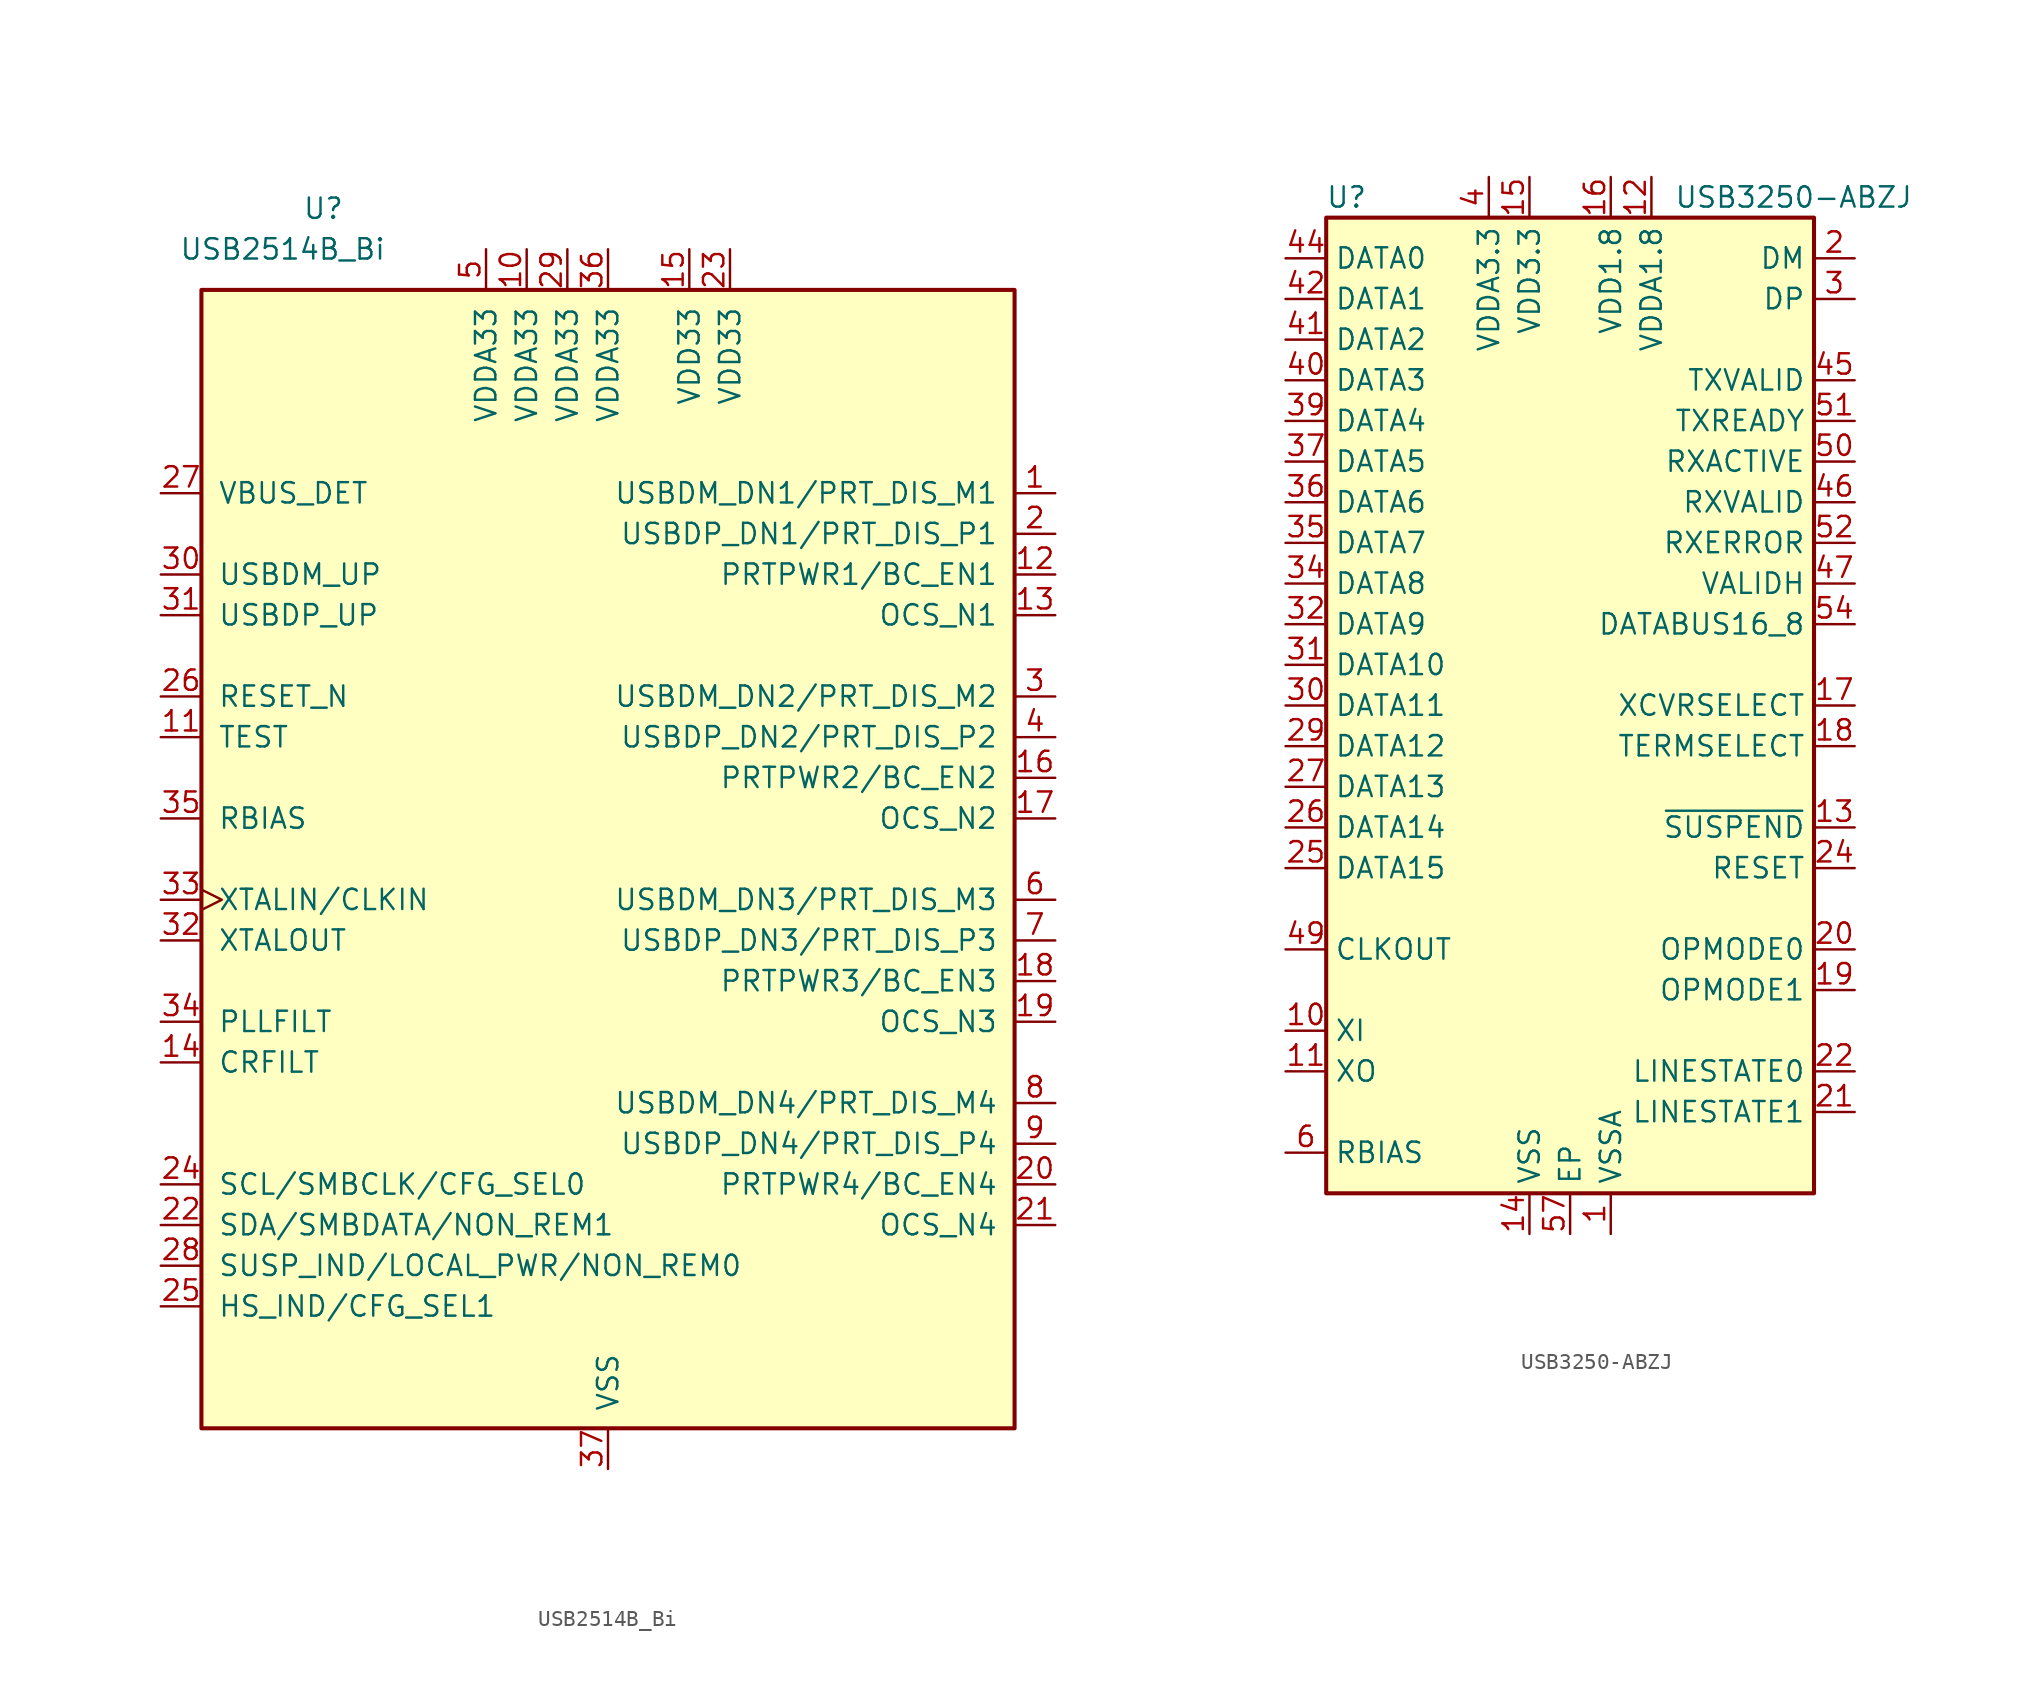
<source format=kicad_sym>
(kicad_symbol_lib
  (version 20220914)
  (generator kicad_symbol_editor)
  (symbol "USB2514B_Bi"
    (pin_names
      (offset 1.016))
    (property "Reference" "U"
      (at -17.78 40.64 0)
      (effects (font (size 1.27 1.27))))
    (property "Value" "USB2514B_Bi"
      (at -20.32 38.1 0)
      (effects (font (size 1.27 1.27))))
    (symbol "USB2514B_Bi_0_1"
      (rectangle (start -25.4 35.56) (end 25.4 -35.56) (stroke (width 0.254) (type default)) (fill (type background))))
    (symbol "USB2514B_Bi_1_1"
      (pin bidirectional line (at 27.94 22.86 180) (length 2.54) (name "USBDM_DN1/PRT_DIS_M1" (effects (font (size 1.27 1.27)))) (number "1" (effects (font (size 1.27 1.27)))))
      (pin power_in line (at -5.08 38.1 270) (length 2.54) (name "VDDA33" (effects (font (size 1.27 1.27)))) (number "10" (effects (font (size 1.27 1.27)))))
      (pin input line (at -27.94 7.62 0) (length 2.54) (name "TEST" (effects (font (size 1.27 1.27)))) (number "11" (effects (font (size 1.27 1.27)))))
      (pin bidirectional line (at 27.94 17.78 180) (length 2.54) (name "PRTPWR1/BC_EN1" (effects (font (size 1.27 1.27)))) (number "12" (effects (font (size 1.27 1.27)))))
      (pin input line (at 27.94 15.24 180) (length 2.54) (name "OCS_N1" (effects (font (size 1.27 1.27)))) (number "13" (effects (font (size 1.27 1.27)))))
      (pin input line (at -27.94 -12.7 0) (length 2.54) (name "CRFILT" (effects (font (size 1.27 1.27)))) (number "14" (effects (font (size 1.27 1.27)))))
      (pin power_in line (at 5.08 38.1 270) (length 2.54) (name "VDD33" (effects (font (size 1.27 1.27)))) (number "15" (effects (font (size 1.27 1.27)))))
      (pin bidirectional line (at 27.94 5.08 180) (length 2.54) (name "PRTPWR2/BC_EN2" (effects (font (size 1.27 1.27)))) (number "16" (effects (font (size 1.27 1.27)))))
      (pin input line (at 27.94 2.54 180) (length 2.54) (name "OCS_N2" (effects (font (size 1.27 1.27)))) (number "17" (effects (font (size 1.27 1.27)))))
      (pin bidirectional line (at 27.94 -7.62 180) (length 2.54) (name "PRTPWR3/BC_EN3" (effects (font (size 1.27 1.27)))) (number "18" (effects (font (size 1.27 1.27)))))
      (pin input line (at 27.94 -10.16 180) (length 2.54) (name "OCS_N3" (effects (font (size 1.27 1.27)))) (number "19" (effects (font (size 1.27 1.27)))))
      (pin bidirectional line (at 27.94 20.32 180) (length 2.54) (name "USBDP_DN1/PRT_DIS_P1" (effects (font (size 1.27 1.27)))) (number "2" (effects (font (size 1.27 1.27)))))
      (pin bidirectional line (at 27.94 -20.32 180) (length 2.54) (name "PRTPWR4/BC_EN4" (effects (font (size 1.27 1.27)))) (number "20" (effects (font (size 1.27 1.27)))))
      (pin input line (at 27.94 -22.86 180) (length 2.54) (name "OCS_N4" (effects (font (size 1.27 1.27)))) (number "21" (effects (font (size 1.27 1.27)))))
      (pin bidirectional line (at -27.94 -22.86 0) (length 2.54) (name "SDA/SMBDATA/NON_REM1" (effects (font (size 1.27 1.27)))) (number "22" (effects (font (size 1.27 1.27)))))
      (pin power_in line (at 7.62 38.1 270) (length 2.54) (name "VDD33" (effects (font (size 1.27 1.27)))) (number "23" (effects (font (size 1.27 1.27)))))
      (pin bidirectional line (at -27.94 -20.32 0) (length 2.54) (name "SCL/SMBCLK/CFG_SEL0" (effects (font (size 1.27 1.27)))) (number "24" (effects (font (size 1.27 1.27)))))
      (pin bidirectional line (at -27.94 -27.94 0) (length 2.54) (name "HS_IND/CFG_SEL1" (effects (font (size 1.27 1.27)))) (number "25" (effects (font (size 1.27 1.27)))))
      (pin input line (at -27.94 10.16 0) (length 2.54) (name "RESET_N" (effects (font (size 1.27 1.27)))) (number "26" (effects (font (size 1.27 1.27)))))
      (pin input line (at -27.94 22.86 0) (length 2.54) (name "VBUS_DET" (effects (font (size 1.27 1.27)))) (number "27" (effects (font (size 1.27 1.27)))))
      (pin bidirectional line (at -27.94 -25.4 0) (length 2.54) (name "SUSP_IND/LOCAL_PWR/NON_REM0" (effects (font (size 1.27 1.27)))) (number "28" (effects (font (size 1.27 1.27)))))
      (pin power_in line (at -2.54 38.1 270) (length 2.54) (name "VDDA33" (effects (font (size 1.27 1.27)))) (number "29" (effects (font (size 1.27 1.27)))))
      (pin bidirectional line (at 27.94 10.16 180) (length 2.54) (name "USBDM_DN2/PRT_DIS_M2" (effects (font (size 1.27 1.27)))) (number "3" (effects (font (size 1.27 1.27)))))
      (pin bidirectional line (at -27.94 17.78 0) (length 2.54) (name "USBDM_UP" (effects (font (size 1.27 1.27)))) (number "30" (effects (font (size 1.27 1.27)))))
      (pin bidirectional line (at -27.94 15.24 0) (length 2.54) (name "USBDP_UP" (effects (font (size 1.27 1.27)))) (number "31" (effects (font (size 1.27 1.27)))))
      (pin output line (at -27.94 -5.08 0) (length 2.54) (name "XTALOUT" (effects (font (size 1.27 1.27)))) (number "32" (effects (font (size 1.27 1.27)))))
      (pin input clock (at -27.94 -2.54 0) (length 2.54) (name "XTALIN/CLKIN" (effects (font (size 1.27 1.27)))) (number "33" (effects (font (size 1.27 1.27)))))
      (pin input line (at -27.94 -10.16 0) (length 2.54) (name "PLLFILT" (effects (font (size 1.27 1.27)))) (number "34" (effects (font (size 1.27 1.27)))))
      (pin input line (at -27.94 2.54 0) (length 2.54) (name "RBIAS" (effects (font (size 1.27 1.27)))) (number "35" (effects (font (size 1.27 1.27)))))
      (pin power_in line (at 0 38.1 270) (length 2.54) (name "VDDA33" (effects (font (size 1.27 1.27)))) (number "36" (effects (font (size 1.27 1.27)))))
      (pin power_in line (at 0 -38.1 90) (length 2.54) (name "VSS" (effects (font (size 1.27 1.27)))) (number "37" (effects (font (size 1.27 1.27)))))
      (pin bidirectional line (at 27.94 7.62 180) (length 2.54) (name "USBDP_DN2/PRT_DIS_P2" (effects (font (size 1.27 1.27)))) (number "4" (effects (font (size 1.27 1.27)))))
      (pin power_in line (at -7.62 38.1 270) (length 2.54) (name "VDDA33" (effects (font (size 1.27 1.27)))) (number "5" (effects (font (size 1.27 1.27)))))
      (pin bidirectional line (at 27.94 -2.54 180) (length 2.54) (name "USBDM_DN3/PRT_DIS_M3" (effects (font (size 1.27 1.27)))) (number "6" (effects (font (size 1.27 1.27)))))
      (pin bidirectional line (at 27.94 -5.08 180) (length 2.54) (name "USBDP_DN3/PRT_DIS_P3" (effects (font (size 1.27 1.27)))) (number "7" (effects (font (size 1.27 1.27)))))
      (pin bidirectional line (at 27.94 -15.24 180) (length 2.54) (name "USBDM_DN4/PRT_DIS_M4" (effects (font (size 1.27 1.27)))) (number "8" (effects (font (size 1.27 1.27)))))
      (pin bidirectional line (at 27.94 -17.78 180) (length 2.54) (name "USBDP_DN4/PRT_DIS_P4" (effects (font (size 1.27 1.27)))) (number "9" (effects (font (size 1.27 1.27)))))))
  (symbol "USB3250-ABZJ"
    (property "Reference" "U"
      (at -13.97 31.75 0)
      (effects (font (size 1.27 1.27))))
    (property "Value" "USB3250-ABZJ"
      (at 13.97 31.75 0)
      (effects (font (size 1.27 1.27))))
    (symbol "USB3250-ABZJ_0_1"
      (rectangle (start 15.24 -30.48) (end -15.24 30.48) (stroke (width 0.254) (type default)) (fill (type background))))
    (symbol "USB3250-ABZJ_1_1"
      (pin power_in line (at 2.54 -33.02 90) (length 2.54) (name "VSSA" (effects (font (size 1.27 1.27)))) (number "1" (effects (font (size 1.27 1.27)))))
      (pin input line (at -17.78 -20.32 0) (length 2.54) (name "XI" (effects (font (size 1.27 1.27)))) (number "10" (effects (font (size 1.27 1.27)))))
      (pin output line (at -17.78 -22.86 0) (length 2.54) (name "XO" (effects (font (size 1.27 1.27)))) (number "11" (effects (font (size 1.27 1.27)))))
      (pin power_in line (at 5.08 33.02 270) (length 2.54) (name "VDDA1.8" (effects (font (size 1.27 1.27)))) (number "12" (effects (font (size 1.27 1.27)))))
      (pin input line (at 17.78 -7.62 180) (length 2.54) (name "~{SUSPEND}" (effects (font (size 1.27 1.27)))) (number "13" (effects (font (size 1.27 1.27)))))
      (pin power_in line (at -2.54 -33.02 90) (length 2.54) (name "VSS" (effects (font (size 1.27 1.27)))) (number "14" (effects (font (size 1.27 1.27)))))
      (pin power_in line (at -2.54 33.02 270) (length 2.54) (name "VDD3.3" (effects (font (size 1.27 1.27)))) (number "15" (effects (font (size 1.27 1.27)))))
      (pin power_in line (at 2.54 33.02 270) (length 2.54) (name "VDD1.8" (effects (font (size 1.27 1.27)))) (number "16" (effects (font (size 1.27 1.27)))))
      (pin input line (at 17.78 0 180) (length 2.54) (name "XCVRSELECT" (effects (font (size 1.27 1.27)))) (number "17" (effects (font (size 1.27 1.27)))))
      (pin input line (at 17.78 -2.54 180) (length 2.54) (name "TERMSELECT" (effects (font (size 1.27 1.27)))) (number "18" (effects (font (size 1.27 1.27)))))
      (pin input line (at 17.78 -17.78 180) (length 2.54) (name "OPMODE1" (effects (font (size 1.27 1.27)))) (number "19" (effects (font (size 1.27 1.27)))))
      (pin bidirectional line (at 17.78 27.94 180) (length 2.54) (name "DM" (effects (font (size 1.27 1.27)))) (number "2" (effects (font (size 1.27 1.27)))))
      (pin input line (at 17.78 -15.24 180) (length 2.54) (name "OPMODE0" (effects (font (size 1.27 1.27)))) (number "20" (effects (font (size 1.27 1.27)))))
      (pin output line (at 17.78 -25.4 180) (length 2.54) (name "LINESTATE1" (effects (font (size 1.27 1.27)))) (number "21" (effects (font (size 1.27 1.27)))))
      (pin output line (at 17.78 -22.86 180) (length 2.54) (name "LINESTATE0" (effects (font (size 1.27 1.27)))) (number "22" (effects (font (size 1.27 1.27)))))
      (pin passive line (at 2.54 33.02 270) (length 2.54) hide (name "VDD1.8" (effects (font (size 1.27 1.27)))) (number "23" (effects (font (size 1.27 1.27)))))
      (pin input line (at 17.78 -10.16 180) (length 2.54) (name "RESET" (effects (font (size 1.27 1.27)))) (number "24" (effects (font (size 1.27 1.27)))))
      (pin bidirectional line (at -17.78 -10.16 0) (length 2.54) (name "DATA15" (effects (font (size 1.27 1.27)))) (number "25" (effects (font (size 1.27 1.27)))))
      (pin bidirectional line (at -17.78 -7.62 0) (length 2.54) (name "DATA14" (effects (font (size 1.27 1.27)))) (number "26" (effects (font (size 1.27 1.27)))))
      (pin bidirectional line (at -17.78 -5.08 0) (length 2.54) (name "DATA13" (effects (font (size 1.27 1.27)))) (number "27" (effects (font (size 1.27 1.27)))))
      (pin passive line (at -2.54 33.02 270) (length 2.54) hide (name "VDD3.3" (effects (font (size 1.27 1.27)))) (number "28" (effects (font (size 1.27 1.27)))))
      (pin bidirectional line (at -17.78 -2.54 0) (length 2.54) (name "DATA12" (effects (font (size 1.27 1.27)))) (number "29" (effects (font (size 1.27 1.27)))))
      (pin bidirectional line (at 17.78 25.4 180) (length 2.54) (name "DP" (effects (font (size 1.27 1.27)))) (number "3" (effects (font (size 1.27 1.27)))))
      (pin bidirectional line (at -17.78 0 0) (length 2.54) (name "DATA11" (effects (font (size 1.27 1.27)))) (number "30" (effects (font (size 1.27 1.27)))))
      (pin bidirectional line (at -17.78 2.54 0) (length 2.54) (name "DATA10" (effects (font (size 1.27 1.27)))) (number "31" (effects (font (size 1.27 1.27)))))
      (pin bidirectional line (at -17.78 5.08 0) (length 2.54) (name "DATA9" (effects (font (size 1.27 1.27)))) (number "32" (effects (font (size 1.27 1.27)))))
      (pin passive line (at -2.54 -33.02 90) (length 2.54) hide (name "VSS" (effects (font (size 1.27 1.27)))) (number "33" (effects (font (size 1.27 1.27)))))
      (pin bidirectional line (at -17.78 7.62 0) (length 2.54) (name "DATA8" (effects (font (size 1.27 1.27)))) (number "34" (effects (font (size 1.27 1.27)))))
      (pin bidirectional line (at -17.78 10.16 0) (length 2.54) (name "DATA7" (effects (font (size 1.27 1.27)))) (number "35" (effects (font (size 1.27 1.27)))))
      (pin bidirectional line (at -17.78 12.7 0) (length 2.54) (name "DATA6" (effects (font (size 1.27 1.27)))) (number "36" (effects (font (size 1.27 1.27)))))
      (pin bidirectional line (at -17.78 15.24 0) (length 2.54) (name "DATA5" (effects (font (size 1.27 1.27)))) (number "37" (effects (font (size 1.27 1.27)))))
      (pin passive line (at 2.54 33.02 270) (length 2.54) hide (name "VDD1.8" (effects (font (size 1.27 1.27)))) (number "38" (effects (font (size 1.27 1.27)))))
      (pin bidirectional line (at -17.78 17.78 0) (length 2.54) (name "DATA4" (effects (font (size 1.27 1.27)))) (number "39" (effects (font (size 1.27 1.27)))))
      (pin power_in line (at -5.08 33.02 270) (length 2.54) (name "VDDA3.3" (effects (font (size 1.27 1.27)))) (number "4" (effects (font (size 1.27 1.27)))))
      (pin bidirectional line (at -17.78 20.32 0) (length 2.54) (name "DATA3" (effects (font (size 1.27 1.27)))) (number "40" (effects (font (size 1.27 1.27)))))
      (pin bidirectional line (at -17.78 22.86 0) (length 2.54) (name "DATA2" (effects (font (size 1.27 1.27)))) (number "41" (effects (font (size 1.27 1.27)))))
      (pin bidirectional line (at -17.78 25.4 0) (length 2.54) (name "DATA1" (effects (font (size 1.27 1.27)))) (number "42" (effects (font (size 1.27 1.27)))))
      (pin passive line (at -2.54 33.02 270) (length 2.54) hide (name "VDD3.3" (effects (font (size 1.27 1.27)))) (number "43" (effects (font (size 1.27 1.27)))))
      (pin bidirectional line (at -17.78 27.94 0) (length 2.54) (name "DATA0" (effects (font (size 1.27 1.27)))) (number "44" (effects (font (size 1.27 1.27)))))
      (pin input line (at 17.78 20.32 180) (length 2.54) (name "TXVALID" (effects (font (size 1.27 1.27)))) (number "45" (effects (font (size 1.27 1.27)))))
      (pin output line (at 17.78 12.7 180) (length 2.54) (name "RXVALID" (effects (font (size 1.27 1.27)))) (number "46" (effects (font (size 1.27 1.27)))))
      (pin bidirectional line (at 17.78 7.62 180) (length 2.54) (name "VALIDH" (effects (font (size 1.27 1.27)))) (number "47" (effects (font (size 1.27 1.27)))))
      (pin passive line (at -2.54 -33.02 90) (length 2.54) hide (name "VSS" (effects (font (size 1.27 1.27)))) (number "48" (effects (font (size 1.27 1.27)))))
      (pin output line (at -17.78 -15.24 0) (length 2.54) (name "CLKOUT" (effects (font (size 1.27 1.27)))) (number "49" (effects (font (size 1.27 1.27)))))
      (pin passive line (at 2.54 -33.02 90) (length 2.54) hide (name "VSSA" (effects (font (size 1.27 1.27)))) (number "5" (effects (font (size 1.27 1.27)))))
      (pin output line (at 17.78 15.24 180) (length 2.54) (name "RXACTIVE" (effects (font (size 1.27 1.27)))) (number "50" (effects (font (size 1.27 1.27)))))
      (pin output line (at 17.78 17.78 180) (length 2.54) (name "TXREADY" (effects (font (size 1.27 1.27)))) (number "51" (effects (font (size 1.27 1.27)))))
      (pin output line (at 17.78 10.16 180) (length 2.54) (name "RXERROR" (effects (font (size 1.27 1.27)))) (number "52" (effects (font (size 1.27 1.27)))))
      (pin passive line (at 2.54 33.02 270) (length 2.54) hide (name "VDD1.8" (effects (font (size 1.27 1.27)))) (number "53" (effects (font (size 1.27 1.27)))))
      (pin input line (at 17.78 5.08 180) (length 2.54) (name "DATABUS16_8" (effects (font (size 1.27 1.27)))) (number "54" (effects (font (size 1.27 1.27)))))
      (pin passive line (at -2.54 -33.02 90) (length 2.54) hide (name "VSS" (effects (font (size 1.27 1.27)))) (number "55" (effects (font (size 1.27 1.27)))))
      (pin passive line (at -2.54 -33.02 90) (length 2.54) hide (name "VSS" (effects (font (size 1.27 1.27)))) (number "56" (effects (font (size 1.27 1.27)))))
      (pin power_in line (at 0 -33.02 90) (length 2.54) (name "EP" (effects (font (size 1.27 1.27)))) (number "57" (effects (font (size 1.27 1.27)))))
      (pin passive line (at -17.78 -27.94 0) (length 2.54) (name "RBIAS" (effects (font (size 1.27 1.27)))) (number "6" (effects (font (size 1.27 1.27)))))
      (pin passive line (at -5.08 33.02 270) (length 2.54) hide (name "VDDA3.3" (effects (font (size 1.27 1.27)))) (number "7" (effects (font (size 1.27 1.27)))))
      (pin passive line (at 2.54 -33.02 90) (length 2.54) hide (name "VSSA" (effects (font (size 1.27 1.27)))) (number "8" (effects (font (size 1.27 1.27)))))
      (pin passive line (at 2.54 -33.02 90) (length 2.54) hide (name "VSSA" (effects (font (size 1.27 1.27)))) (number "9" (effects (font (size 1.27 1.27))))))))
</source>
